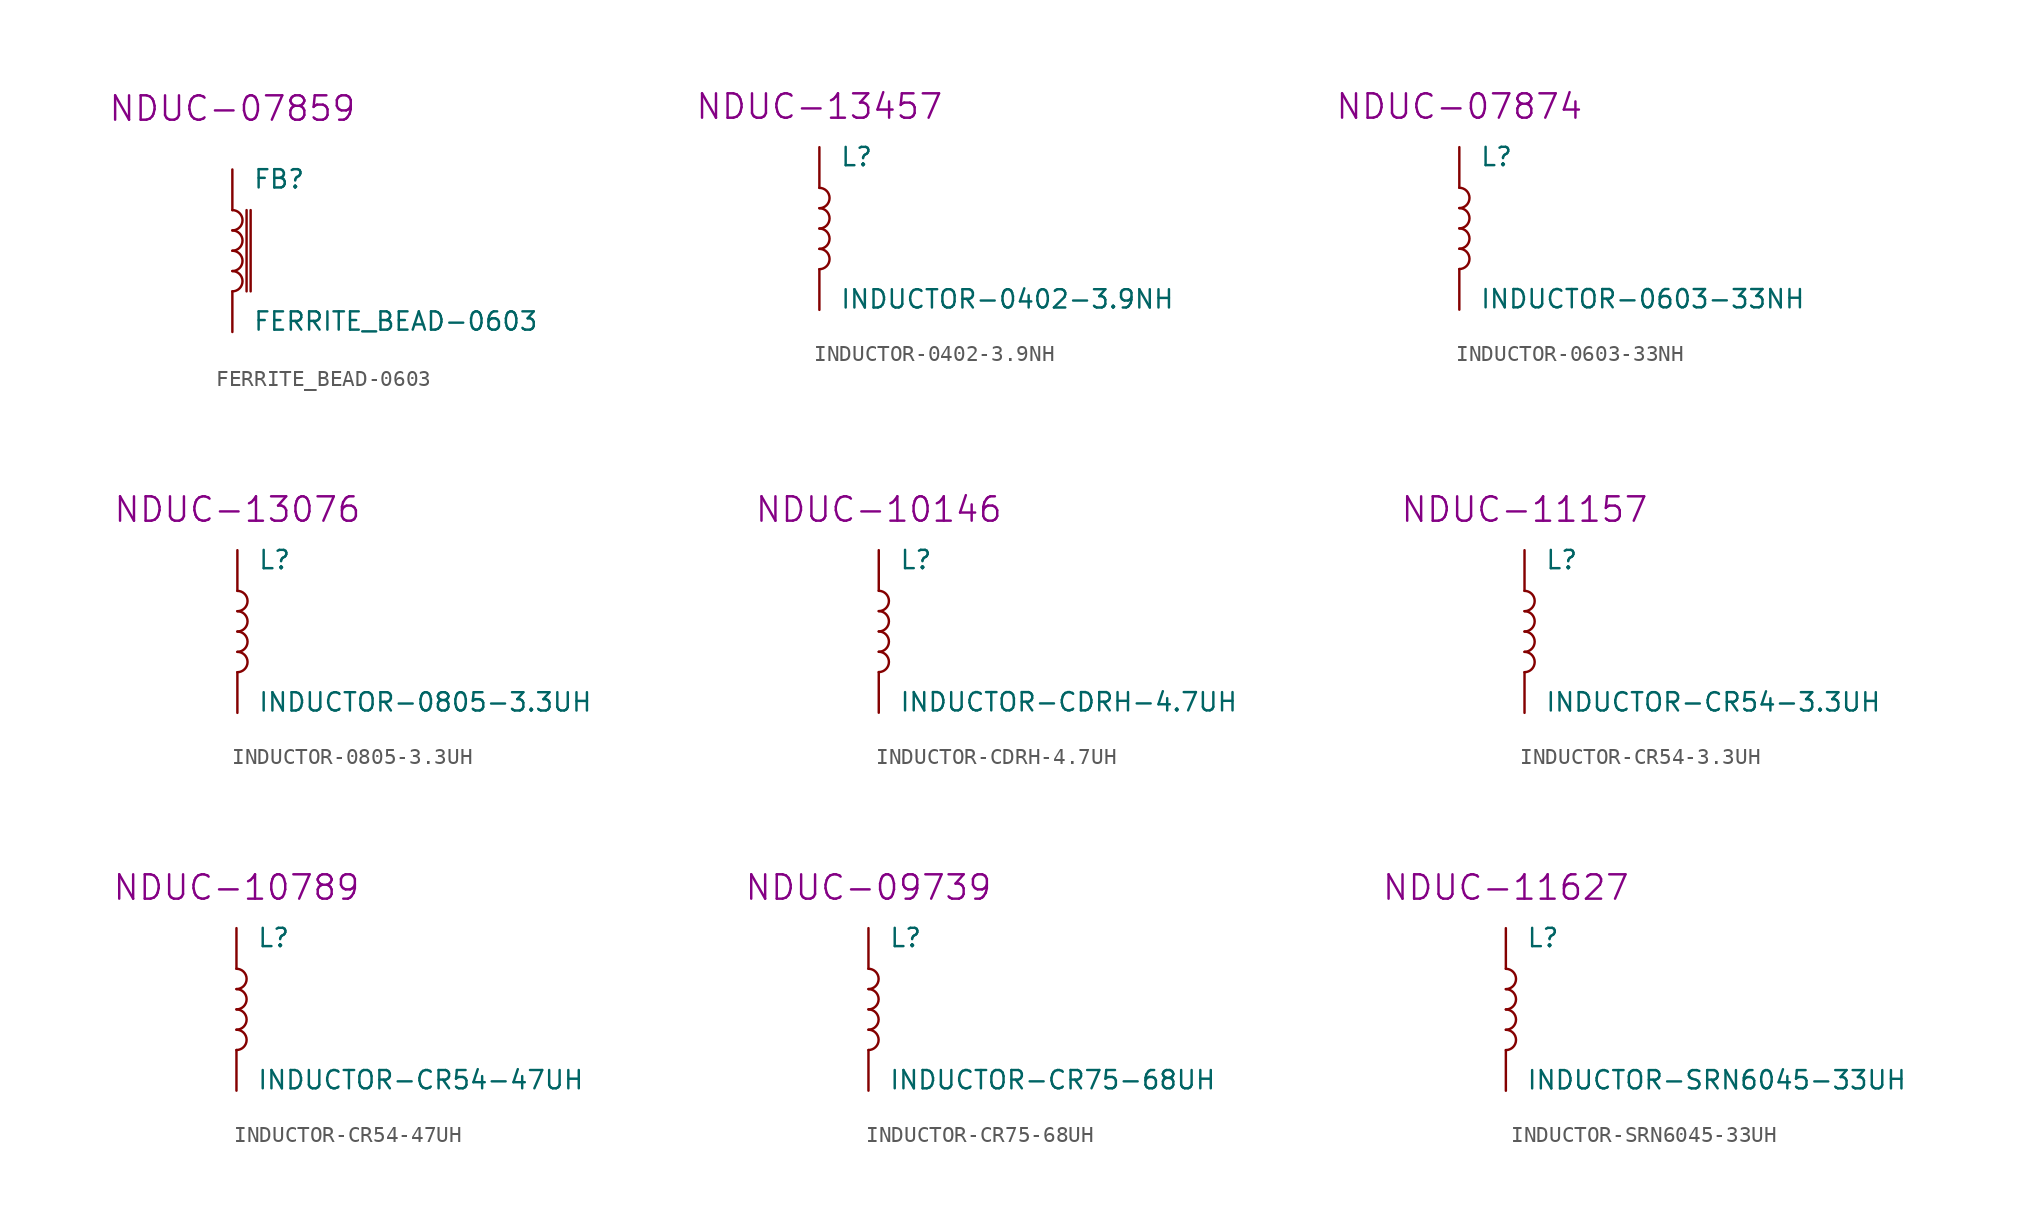
<source format=kicad_sym>
(kicad_symbol_lib
  (version 20220914)
  (generator kicad_symbol_editor)
  (symbol "FERRITE_BEAD-0603"
    (pin_numbers hide)
    (pin_names
      (offset 1.016) hide)
    (property "Reference" "FB"
      (at 1.27 3.81 0)
      (effects (font (size 1.143 1.143)) (justify left bottom)))
    (property "Value" "FERRITE_BEAD-0603"
      (at 1.27 -5.08 0)
      (effects (font (size 1.143 1.143)) (justify left bottom)))
    (property "Field4" "NDUC-07859"
      (at 0 8.89 0)
      (effects (font (size 1.524 1.524))))
    (property "ki_locked" ""
      (at 0 0 0)
      (effects (font (size 1.27 1.27))))
    (symbol "FERRITE_BEAD-0603_1_0"
      (polyline (pts (xy 0.889 2.54) (xy 0.889 -2.54)) (stroke (width 0) (type solid)) (fill (type none)))
      (polyline (pts (xy 1.143 2.54) (xy 1.143 -2.54)) (stroke (width 0) (type solid)) (fill (type none))))
    (symbol "FERRITE_BEAD-0603_1_1"
      (arc (start 0 -2.54) (mid 0.6323 -1.905) (end 0 -1.27) (stroke (width 0) (type solid)) (fill (type none)))
      (arc (start 0 -1.27) (mid 0.6323 -0.635) (end 0 0) (stroke (width 0) (type solid)) (fill (type none)))
      (arc (start 0 0) (mid 0.6323 0.635) (end 0 1.27) (stroke (width 0) (type solid)) (fill (type none)))
      (arc (start 0 1.27) (mid 0.6323 1.905) (end 0 2.54) (stroke (width 0) (type solid)) (fill (type none)))
      (pin passive line (at 0 5.08 270) (length 2.54) (name "1" (effects (font (size 1.016 1.016)))) (number "1" (effects (font (size 1.016 1.016)))))
      (pin passive line (at 0 -5.08 90) (length 2.54) (name "2" (effects (font (size 1.016 1.016)))) (number "2" (effects (font (size 1.016 1.016)))))))
  (symbol "INDUCTOR-0402-3.9NH"
    (pin_numbers hide)
    (pin_names
      (offset 1.016) hide)
    (property "Reference" "L"
      (at 1.27 3.81 0)
      (effects (font (size 1.143 1.143)) (justify left bottom)))
    (property "Value" "INDUCTOR-0402-3.9NH"
      (at 1.27 -5.08 0)
      (effects (font (size 1.143 1.143)) (justify left bottom)))
    (property "Field4" "NDUC-13457"
      (at 0 7.62 0)
      (effects (font (size 1.524 1.524))))
    (property "ki_locked" ""
      (at 0 0 0)
      (effects (font (size 1.27 1.27))))
    (symbol "INDUCTOR-0402-3.9NH_1_1"
      (arc (start 0 -2.54) (mid 0.6323 -1.905) (end 0 -1.27) (stroke (width 0) (type solid)) (fill (type none)))
      (arc (start 0 -1.27) (mid 0.6323 -0.635) (end 0 0) (stroke (width 0) (type solid)) (fill (type none)))
      (arc (start 0 0) (mid 0.6323 0.635) (end 0 1.27) (stroke (width 0) (type solid)) (fill (type none)))
      (arc (start 0 1.27) (mid 0.6323 1.905) (end 0 2.54) (stroke (width 0) (type solid)) (fill (type none)))
      (pin passive line (at 0 5.08 270) (length 2.54) (name "1" (effects (font (size 1.016 1.016)))) (number "1" (effects (font (size 1.016 1.016)))))
      (pin passive line (at 0 -5.08 90) (length 2.54) (name "2" (effects (font (size 1.016 1.016)))) (number "2" (effects (font (size 1.016 1.016)))))))
  (symbol "INDUCTOR-0603-33NH"
    (pin_numbers hide)
    (pin_names
      (offset 1.016) hide)
    (property "Reference" "L"
      (at 1.27 3.81 0)
      (effects (font (size 1.143 1.143)) (justify left bottom)))
    (property "Value" "INDUCTOR-0603-33NH"
      (at 1.27 -5.08 0)
      (effects (font (size 1.143 1.143)) (justify left bottom)))
    (property "Field4" "NDUC-07874"
      (at 0 7.62 0)
      (effects (font (size 1.524 1.524))))
    (property "ki_locked" ""
      (at 0 0 0)
      (effects (font (size 1.27 1.27))))
    (symbol "INDUCTOR-0603-33NH_1_1"
      (arc (start 0 -2.54) (mid 0.6323 -1.905) (end 0 -1.27) (stroke (width 0) (type solid)) (fill (type none)))
      (arc (start 0 -1.27) (mid 0.6323 -0.635) (end 0 0) (stroke (width 0) (type solid)) (fill (type none)))
      (arc (start 0 0) (mid 0.6323 0.635) (end 0 1.27) (stroke (width 0) (type solid)) (fill (type none)))
      (arc (start 0 1.27) (mid 0.6323 1.905) (end 0 2.54) (stroke (width 0) (type solid)) (fill (type none)))
      (pin passive line (at 0 5.08 270) (length 2.54) (name "1" (effects (font (size 1.016 1.016)))) (number "1" (effects (font (size 1.016 1.016)))))
      (pin passive line (at 0 -5.08 90) (length 2.54) (name "2" (effects (font (size 1.016 1.016)))) (number "2" (effects (font (size 1.016 1.016)))))))
  (symbol "INDUCTOR-0805-3.3UH"
    (pin_numbers hide)
    (pin_names
      (offset 1.016) hide)
    (property "Reference" "L"
      (at 1.27 3.81 0)
      (effects (font (size 1.143 1.143)) (justify left bottom)))
    (property "Value" "INDUCTOR-0805-3.3UH"
      (at 1.27 -5.08 0)
      (effects (font (size 1.143 1.143)) (justify left bottom)))
    (property "Field4" "NDUC-13076"
      (at 0 7.62 0)
      (effects (font (size 1.524 1.524))))
    (property "ki_locked" ""
      (at 0 0 0)
      (effects (font (size 1.27 1.27))))
    (symbol "INDUCTOR-0805-3.3UH_1_1"
      (arc (start 0 -2.54) (mid 0.6323 -1.905) (end 0 -1.27) (stroke (width 0) (type solid)) (fill (type none)))
      (arc (start 0 -1.27) (mid 0.6323 -0.635) (end 0 0) (stroke (width 0) (type solid)) (fill (type none)))
      (arc (start 0 0) (mid 0.6323 0.635) (end 0 1.27) (stroke (width 0) (type solid)) (fill (type none)))
      (arc (start 0 1.27) (mid 0.6323 1.905) (end 0 2.54) (stroke (width 0) (type solid)) (fill (type none)))
      (pin passive line (at 0 5.08 270) (length 2.54) (name "1" (effects (font (size 1.016 1.016)))) (number "1" (effects (font (size 1.016 1.016)))))
      (pin passive line (at 0 -5.08 90) (length 2.54) (name "2" (effects (font (size 1.016 1.016)))) (number "2" (effects (font (size 1.016 1.016)))))))
  (symbol "INDUCTOR-CDRH-4.7UH"
    (pin_numbers hide)
    (pin_names
      (offset 1.016) hide)
    (property "Reference" "L"
      (at 1.27 3.81 0)
      (effects (font (size 1.143 1.143)) (justify left bottom)))
    (property "Value" "INDUCTOR-CDRH-4.7UH"
      (at 1.27 -5.08 0)
      (effects (font (size 1.143 1.143)) (justify left bottom)))
    (property "Field4" "NDUC-10146"
      (at 0 7.62 0)
      (effects (font (size 1.524 1.524))))
    (property "ki_locked" ""
      (at 0 0 0)
      (effects (font (size 1.27 1.27))))
    (symbol "INDUCTOR-CDRH-4.7UH_1_1"
      (arc (start 0 -2.54) (mid 0.6323 -1.905) (end 0 -1.27) (stroke (width 0) (type solid)) (fill (type none)))
      (arc (start 0 -1.27) (mid 0.6323 -0.635) (end 0 0) (stroke (width 0) (type solid)) (fill (type none)))
      (arc (start 0 0) (mid 0.6323 0.635) (end 0 1.27) (stroke (width 0) (type solid)) (fill (type none)))
      (arc (start 0 1.27) (mid 0.6323 1.905) (end 0 2.54) (stroke (width 0) (type solid)) (fill (type none)))
      (pin passive line (at 0 5.08 270) (length 2.54) (name "1" (effects (font (size 1.016 1.016)))) (number "P$1" (effects (font (size 1.016 1.016)))))
      (pin passive line (at 0 -5.08 90) (length 2.54) (name "2" (effects (font (size 1.016 1.016)))) (number "P$2" (effects (font (size 1.016 1.016)))))))
  (symbol "INDUCTOR-CR54-3.3UH"
    (pin_numbers hide)
    (pin_names
      (offset 1.016) hide)
    (property "Reference" "L"
      (at 1.27 3.81 0)
      (effects (font (size 1.143 1.143)) (justify left bottom)))
    (property "Value" "INDUCTOR-CR54-3.3UH"
      (at 1.27 -5.08 0)
      (effects (font (size 1.143 1.143)) (justify left bottom)))
    (property "Field4" "NDUC-11157"
      (at 0 7.62 0)
      (effects (font (size 1.524 1.524))))
    (property "ki_locked" ""
      (at 0 0 0)
      (effects (font (size 1.27 1.27))))
    (symbol "INDUCTOR-CR54-3.3UH_1_1"
      (arc (start 0 -2.54) (mid 0.6323 -1.905) (end 0 -1.27) (stroke (width 0) (type solid)) (fill (type none)))
      (arc (start 0 -1.27) (mid 0.6323 -0.635) (end 0 0) (stroke (width 0) (type solid)) (fill (type none)))
      (arc (start 0 0) (mid 0.6323 0.635) (end 0 1.27) (stroke (width 0) (type solid)) (fill (type none)))
      (arc (start 0 1.27) (mid 0.6323 1.905) (end 0 2.54) (stroke (width 0) (type solid)) (fill (type none)))
      (pin passive line (at 0 5.08 270) (length 2.54) (name "1" (effects (font (size 1.016 1.016)))) (number "P$1" (effects (font (size 1.016 1.016)))))
      (pin passive line (at 0 -5.08 90) (length 2.54) (name "2" (effects (font (size 1.016 1.016)))) (number "P$2" (effects (font (size 1.016 1.016)))))))
  (symbol "INDUCTOR-CR54-47UH"
    (pin_numbers hide)
    (pin_names
      (offset 1.016) hide)
    (property "Reference" "L"
      (at 1.27 3.81 0)
      (effects (font (size 1.143 1.143)) (justify left bottom)))
    (property "Value" "INDUCTOR-CR54-47UH"
      (at 1.27 -5.08 0)
      (effects (font (size 1.143 1.143)) (justify left bottom)))
    (property "Field4" "NDUC-10789"
      (at 0 7.62 0)
      (effects (font (size 1.524 1.524))))
    (property "ki_locked" ""
      (at 0 0 0)
      (effects (font (size 1.27 1.27))))
    (symbol "INDUCTOR-CR54-47UH_1_1"
      (arc (start 0 -2.54) (mid 0.6323 -1.905) (end 0 -1.27) (stroke (width 0) (type solid)) (fill (type none)))
      (arc (start 0 -1.27) (mid 0.6323 -0.635) (end 0 0) (stroke (width 0) (type solid)) (fill (type none)))
      (arc (start 0 0) (mid 0.6323 0.635) (end 0 1.27) (stroke (width 0) (type solid)) (fill (type none)))
      (arc (start 0 1.27) (mid 0.6323 1.905) (end 0 2.54) (stroke (width 0) (type solid)) (fill (type none)))
      (pin passive line (at 0 5.08 270) (length 2.54) (name "1" (effects (font (size 1.016 1.016)))) (number "P$1" (effects (font (size 1.016 1.016)))))
      (pin passive line (at 0 -5.08 90) (length 2.54) (name "2" (effects (font (size 1.016 1.016)))) (number "P$2" (effects (font (size 1.016 1.016)))))))
  (symbol "INDUCTOR-CR75-68UH"
    (pin_numbers hide)
    (pin_names
      (offset 1.016) hide)
    (property "Reference" "L"
      (at 1.27 3.81 0)
      (effects (font (size 1.143 1.143)) (justify left bottom)))
    (property "Value" "INDUCTOR-CR75-68UH"
      (at 1.27 -5.08 0)
      (effects (font (size 1.143 1.143)) (justify left bottom)))
    (property "Field4" "NDUC-09739"
      (at 0 7.62 0)
      (effects (font (size 1.524 1.524))))
    (property "ki_locked" ""
      (at 0 0 0)
      (effects (font (size 1.27 1.27))))
    (symbol "INDUCTOR-CR75-68UH_1_1"
      (arc (start 0 -2.54) (mid 0.6323 -1.905) (end 0 -1.27) (stroke (width 0) (type solid)) (fill (type none)))
      (arc (start 0 -1.27) (mid 0.6323 -0.635) (end 0 0) (stroke (width 0) (type solid)) (fill (type none)))
      (arc (start 0 0) (mid 0.6323 0.635) (end 0 1.27) (stroke (width 0) (type solid)) (fill (type none)))
      (arc (start 0 1.27) (mid 0.6323 1.905) (end 0 2.54) (stroke (width 0) (type solid)) (fill (type none)))
      (pin passive line (at 0 5.08 270) (length 2.54) (name "1" (effects (font (size 1.016 1.016)))) (number "P$1" (effects (font (size 1.016 1.016)))))
      (pin passive line (at 0 -5.08 90) (length 2.54) (name "2" (effects (font (size 1.016 1.016)))) (number "P$2" (effects (font (size 1.016 1.016)))))))
  (symbol "INDUCTOR-SRN6045-33UH"
    (pin_numbers hide)
    (pin_names
      (offset 1.016) hide)
    (property "Reference" "L"
      (at 1.27 3.81 0)
      (effects (font (size 1.143 1.143)) (justify left bottom)))
    (property "Value" "INDUCTOR-SRN6045-33UH"
      (at 1.27 -5.08 0)
      (effects (font (size 1.143 1.143)) (justify left bottom)))
    (property "Field4" "NDUC-11627"
      (at 0 7.62 0)
      (effects (font (size 1.524 1.524))))
    (property "ki_locked" ""
      (at 0 0 0)
      (effects (font (size 1.27 1.27))))
    (symbol "INDUCTOR-SRN6045-33UH_1_1"
      (arc (start 0 -2.54) (mid 0.6323 -1.905) (end 0 -1.27) (stroke (width 0) (type solid)) (fill (type none)))
      (arc (start 0 -1.27) (mid 0.6323 -0.635) (end 0 0) (stroke (width 0) (type solid)) (fill (type none)))
      (arc (start 0 0) (mid 0.6323 0.635) (end 0 1.27) (stroke (width 0) (type solid)) (fill (type none)))
      (arc (start 0 1.27) (mid 0.6323 1.905) (end 0 2.54) (stroke (width 0) (type solid)) (fill (type none)))
      (pin passive line (at 0 5.08 270) (length 2.54) (name "1" (effects (font (size 1.016 1.016)))) (number "1" (effects (font (size 1.016 1.016)))))
      (pin passive line (at 0 -5.08 90) (length 2.54) (name "2" (effects (font (size 1.016 1.016)))) (number "2" (effects (font (size 1.016 1.016))))))))
</source>
